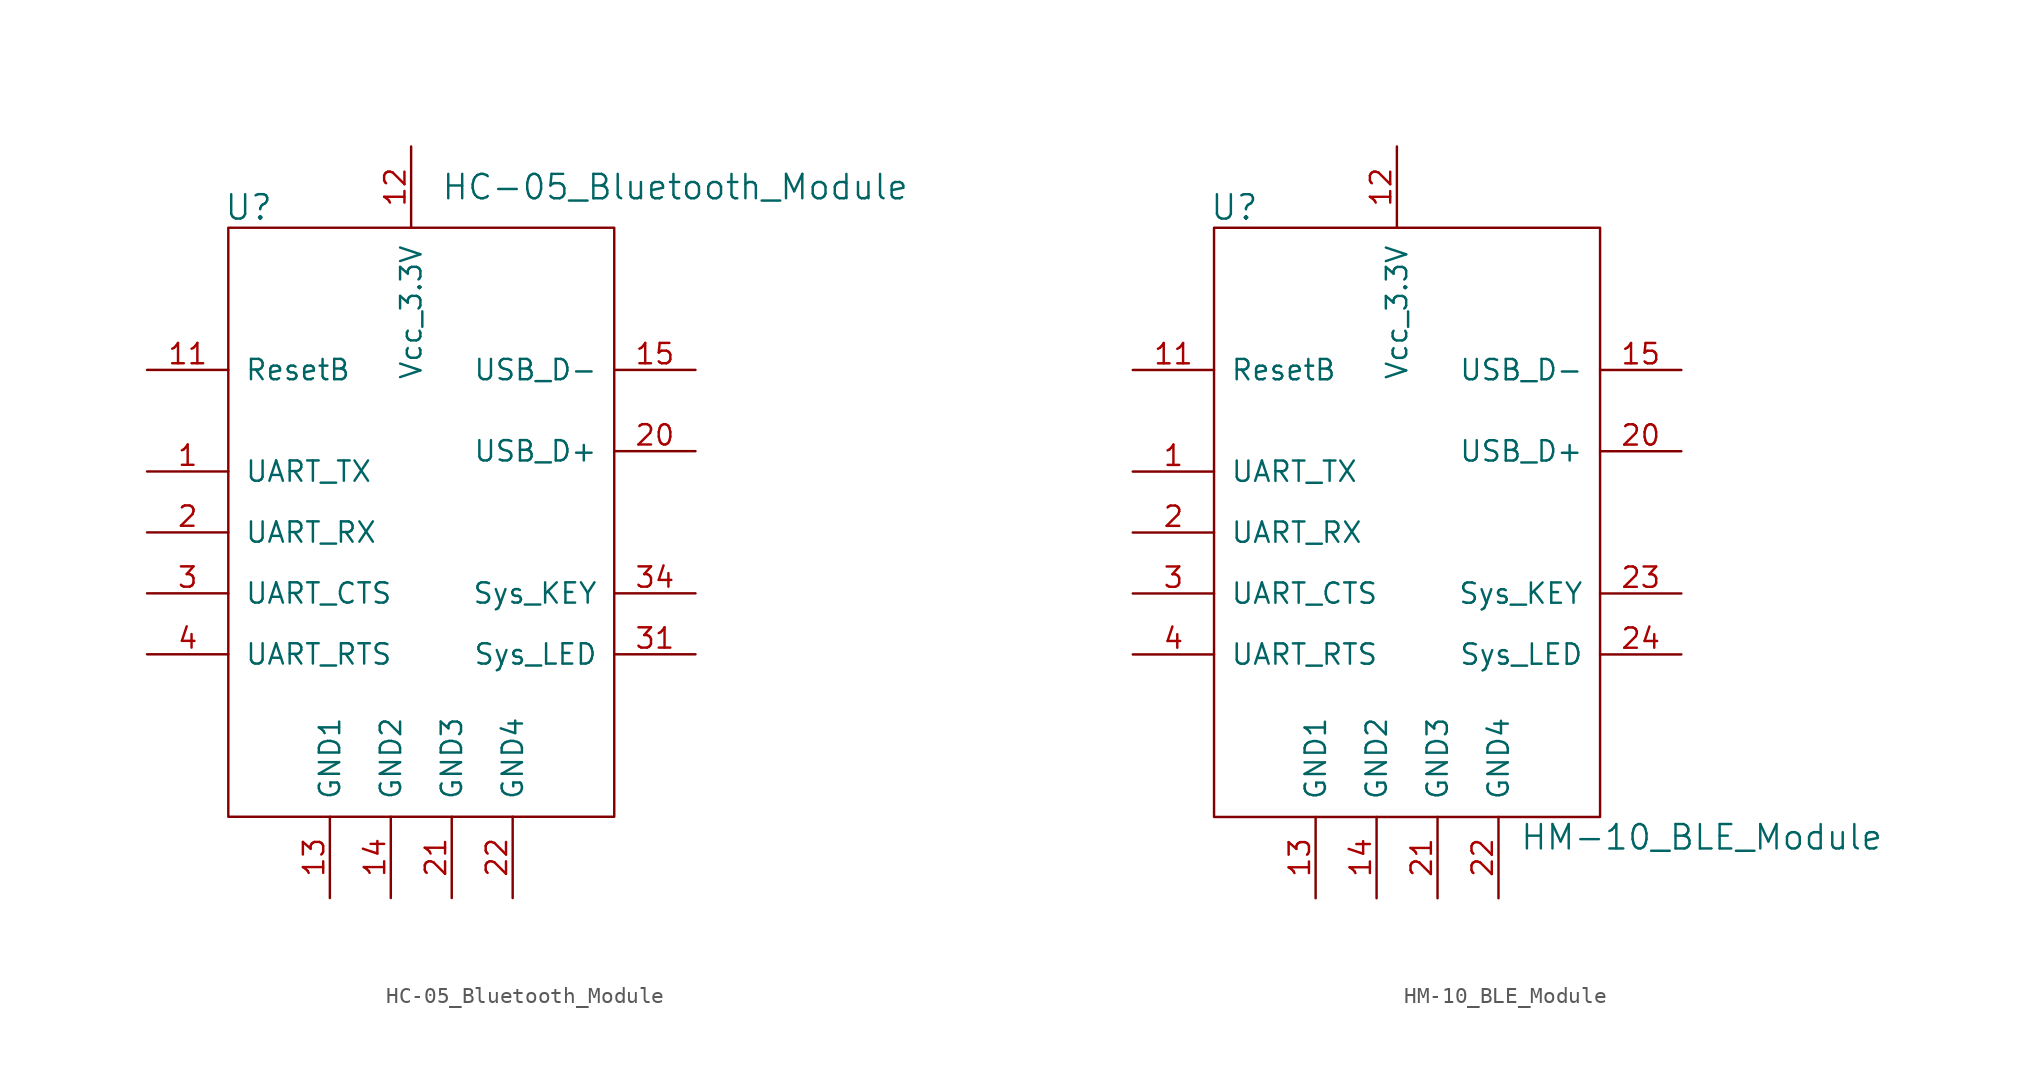
<source format=kicad_sym>
(kicad_symbol_lib
  (version 20211014)
  (generator kicad_symbol_editor)
  (symbol "HC-05_Bluetooth_Module"
    (pin_names
      (offset 1.016))
    (property "Reference" "U"
      (at -10.16 21.59 0)
      (effects (font (size 1.524 1.524))))
    (property "Value" "HC-05_Bluetooth_Module"
      (at 16.51 22.86 0)
      (effects (font (size 1.524 1.524))))
    (property "Footprint" ""
      (at 2.54 0 0)
      (effects (font (size 1.524 1.524))))
    (property "Datasheet" ""
      (at 2.54 0 0)
      (effects (font (size 1.524 1.524))))
    (symbol "HC-05_Bluetooth_Module_0_1"
      (rectangle (start -11.43 20.32) (end 12.7 -16.51) (stroke (width 0) (type default) (color 0 0 0 0)) (fill (type none))))
    (symbol "HC-05_Bluetooth_Module_1_1"
      (pin input line (at -16.51 5.08 0) (length 5.08) (name "UART_TX" (effects (font (size 1.27 1.27)))) (number "1" (effects (font (size 1.27 1.27)))))
      (pin input line (at -16.51 11.43 0) (length 5.08) (name "ResetB" (effects (font (size 1.27 1.27)))) (number "11" (effects (font (size 1.27 1.27)))))
      (pin input line (at 0 25.4 270) (length 5.08) (name "Vcc_3.3V" (effects (font (size 1.27 1.27)))) (number "12" (effects (font (size 1.27 1.27)))))
      (pin input line (at -5.08 -21.59 90) (length 5.08) (name "GND1" (effects (font (size 1.27 1.27)))) (number "13" (effects (font (size 1.27 1.27)))))
      (pin input line (at -1.27 -21.59 90) (length 5.08) (name "GND2" (effects (font (size 1.27 1.27)))) (number "14" (effects (font (size 1.27 1.27)))))
      (pin input line (at 17.78 11.43 180) (length 5.08) (name "USB_D-" (effects (font (size 1.27 1.27)))) (number "15" (effects (font (size 1.27 1.27)))))
      (pin input line (at -16.51 1.27 0) (length 5.08) (name "UART_RX" (effects (font (size 1.27 1.27)))) (number "2" (effects (font (size 1.27 1.27)))))
      (pin input line (at 17.78 6.35 180) (length 5.08) (name "USB_D+" (effects (font (size 1.27 1.27)))) (number "20" (effects (font (size 1.27 1.27)))))
      (pin input line (at 2.54 -21.59 90) (length 5.08) (name "GND3" (effects (font (size 1.27 1.27)))) (number "21" (effects (font (size 1.27 1.27)))))
      (pin input line (at 6.35 -21.59 90) (length 5.08) (name "GND4" (effects (font (size 1.27 1.27)))) (number "22" (effects (font (size 1.27 1.27)))))
      (pin input line (at -16.51 -2.54 0) (length 5.08) (name "UART_CTS" (effects (font (size 1.27 1.27)))) (number "3" (effects (font (size 1.27 1.27)))))
      (pin input line (at 17.78 -6.35 180) (length 5.08) (name "Sys_LED" (effects (font (size 1.27 1.27)))) (number "31" (effects (font (size 1.27 1.27)))))
      (pin input line (at 17.78 -2.54 180) (length 5.08) (name "Sys_KEY" (effects (font (size 1.27 1.27)))) (number "34" (effects (font (size 1.27 1.27)))))
      (pin input line (at -16.51 -6.35 0) (length 5.08) (name "UART_RTS" (effects (font (size 1.27 1.27)))) (number "4" (effects (font (size 1.27 1.27)))))))
  (symbol "HM-10_BLE_Module"
    (pin_names
      (offset 1.016))
    (property "Reference" "U"
      (at -10.16 21.59 0)
      (effects (font (size 1.524 1.524))))
    (property "Value" "HM-10_BLE_Module"
      (at 19.05 -17.78 0)
      (effects (font (size 1.524 1.524))))
    (property "Footprint" ""
      (at 2.54 0 0)
      (effects (font (size 1.524 1.524))))
    (property "Datasheet" ""
      (at 2.54 0 0)
      (effects (font (size 1.524 1.524))))
    (symbol "HM-10_BLE_Module_0_1"
      (rectangle (start -11.43 20.32) (end 12.7 -16.51) (stroke (width 0) (type default) (color 0 0 0 0)) (fill (type none))))
    (symbol "HM-10_BLE_Module_1_1"
      (pin input line (at -16.51 5.08 0) (length 5.08) (name "UART_TX" (effects (font (size 1.27 1.27)))) (number "1" (effects (font (size 1.27 1.27)))))
      (pin input line (at -16.51 11.43 0) (length 5.08) (name "ResetB" (effects (font (size 1.27 1.27)))) (number "11" (effects (font (size 1.27 1.27)))))
      (pin input line (at 0 25.4 270) (length 5.08) (name "Vcc_3.3V" (effects (font (size 1.27 1.27)))) (number "12" (effects (font (size 1.27 1.27)))))
      (pin input line (at -5.08 -21.59 90) (length 5.08) (name "GND1" (effects (font (size 1.27 1.27)))) (number "13" (effects (font (size 1.27 1.27)))))
      (pin input line (at -1.27 -21.59 90) (length 5.08) (name "GND2" (effects (font (size 1.27 1.27)))) (number "14" (effects (font (size 1.27 1.27)))))
      (pin input line (at 17.78 11.43 180) (length 5.08) (name "USB_D-" (effects (font (size 1.27 1.27)))) (number "15" (effects (font (size 1.27 1.27)))))
      (pin input line (at -16.51 1.27 0) (length 5.08) (name "UART_RX" (effects (font (size 1.27 1.27)))) (number "2" (effects (font (size 1.27 1.27)))))
      (pin input line (at 17.78 6.35 180) (length 5.08) (name "USB_D+" (effects (font (size 1.27 1.27)))) (number "20" (effects (font (size 1.27 1.27)))))
      (pin input line (at 2.54 -21.59 90) (length 5.08) (name "GND3" (effects (font (size 1.27 1.27)))) (number "21" (effects (font (size 1.27 1.27)))))
      (pin input line (at 6.35 -21.59 90) (length 5.08) (name "GND4" (effects (font (size 1.27 1.27)))) (number "22" (effects (font (size 1.27 1.27)))))
      (pin input line (at 17.78 -2.54 180) (length 5.08) (name "Sys_KEY" (effects (font (size 1.27 1.27)))) (number "23" (effects (font (size 1.27 1.27)))))
      (pin input line (at 17.78 -6.35 180) (length 5.08) (name "Sys_LED" (effects (font (size 1.27 1.27)))) (number "24" (effects (font (size 1.27 1.27)))))
      (pin input line (at -16.51 -2.54 0) (length 5.08) (name "UART_CTS" (effects (font (size 1.27 1.27)))) (number "3" (effects (font (size 1.27 1.27)))))
      (pin input line (at -16.51 -6.35 0) (length 5.08) (name "UART_RTS" (effects (font (size 1.27 1.27)))) (number "4" (effects (font (size 1.27 1.27))))))))
</source>
